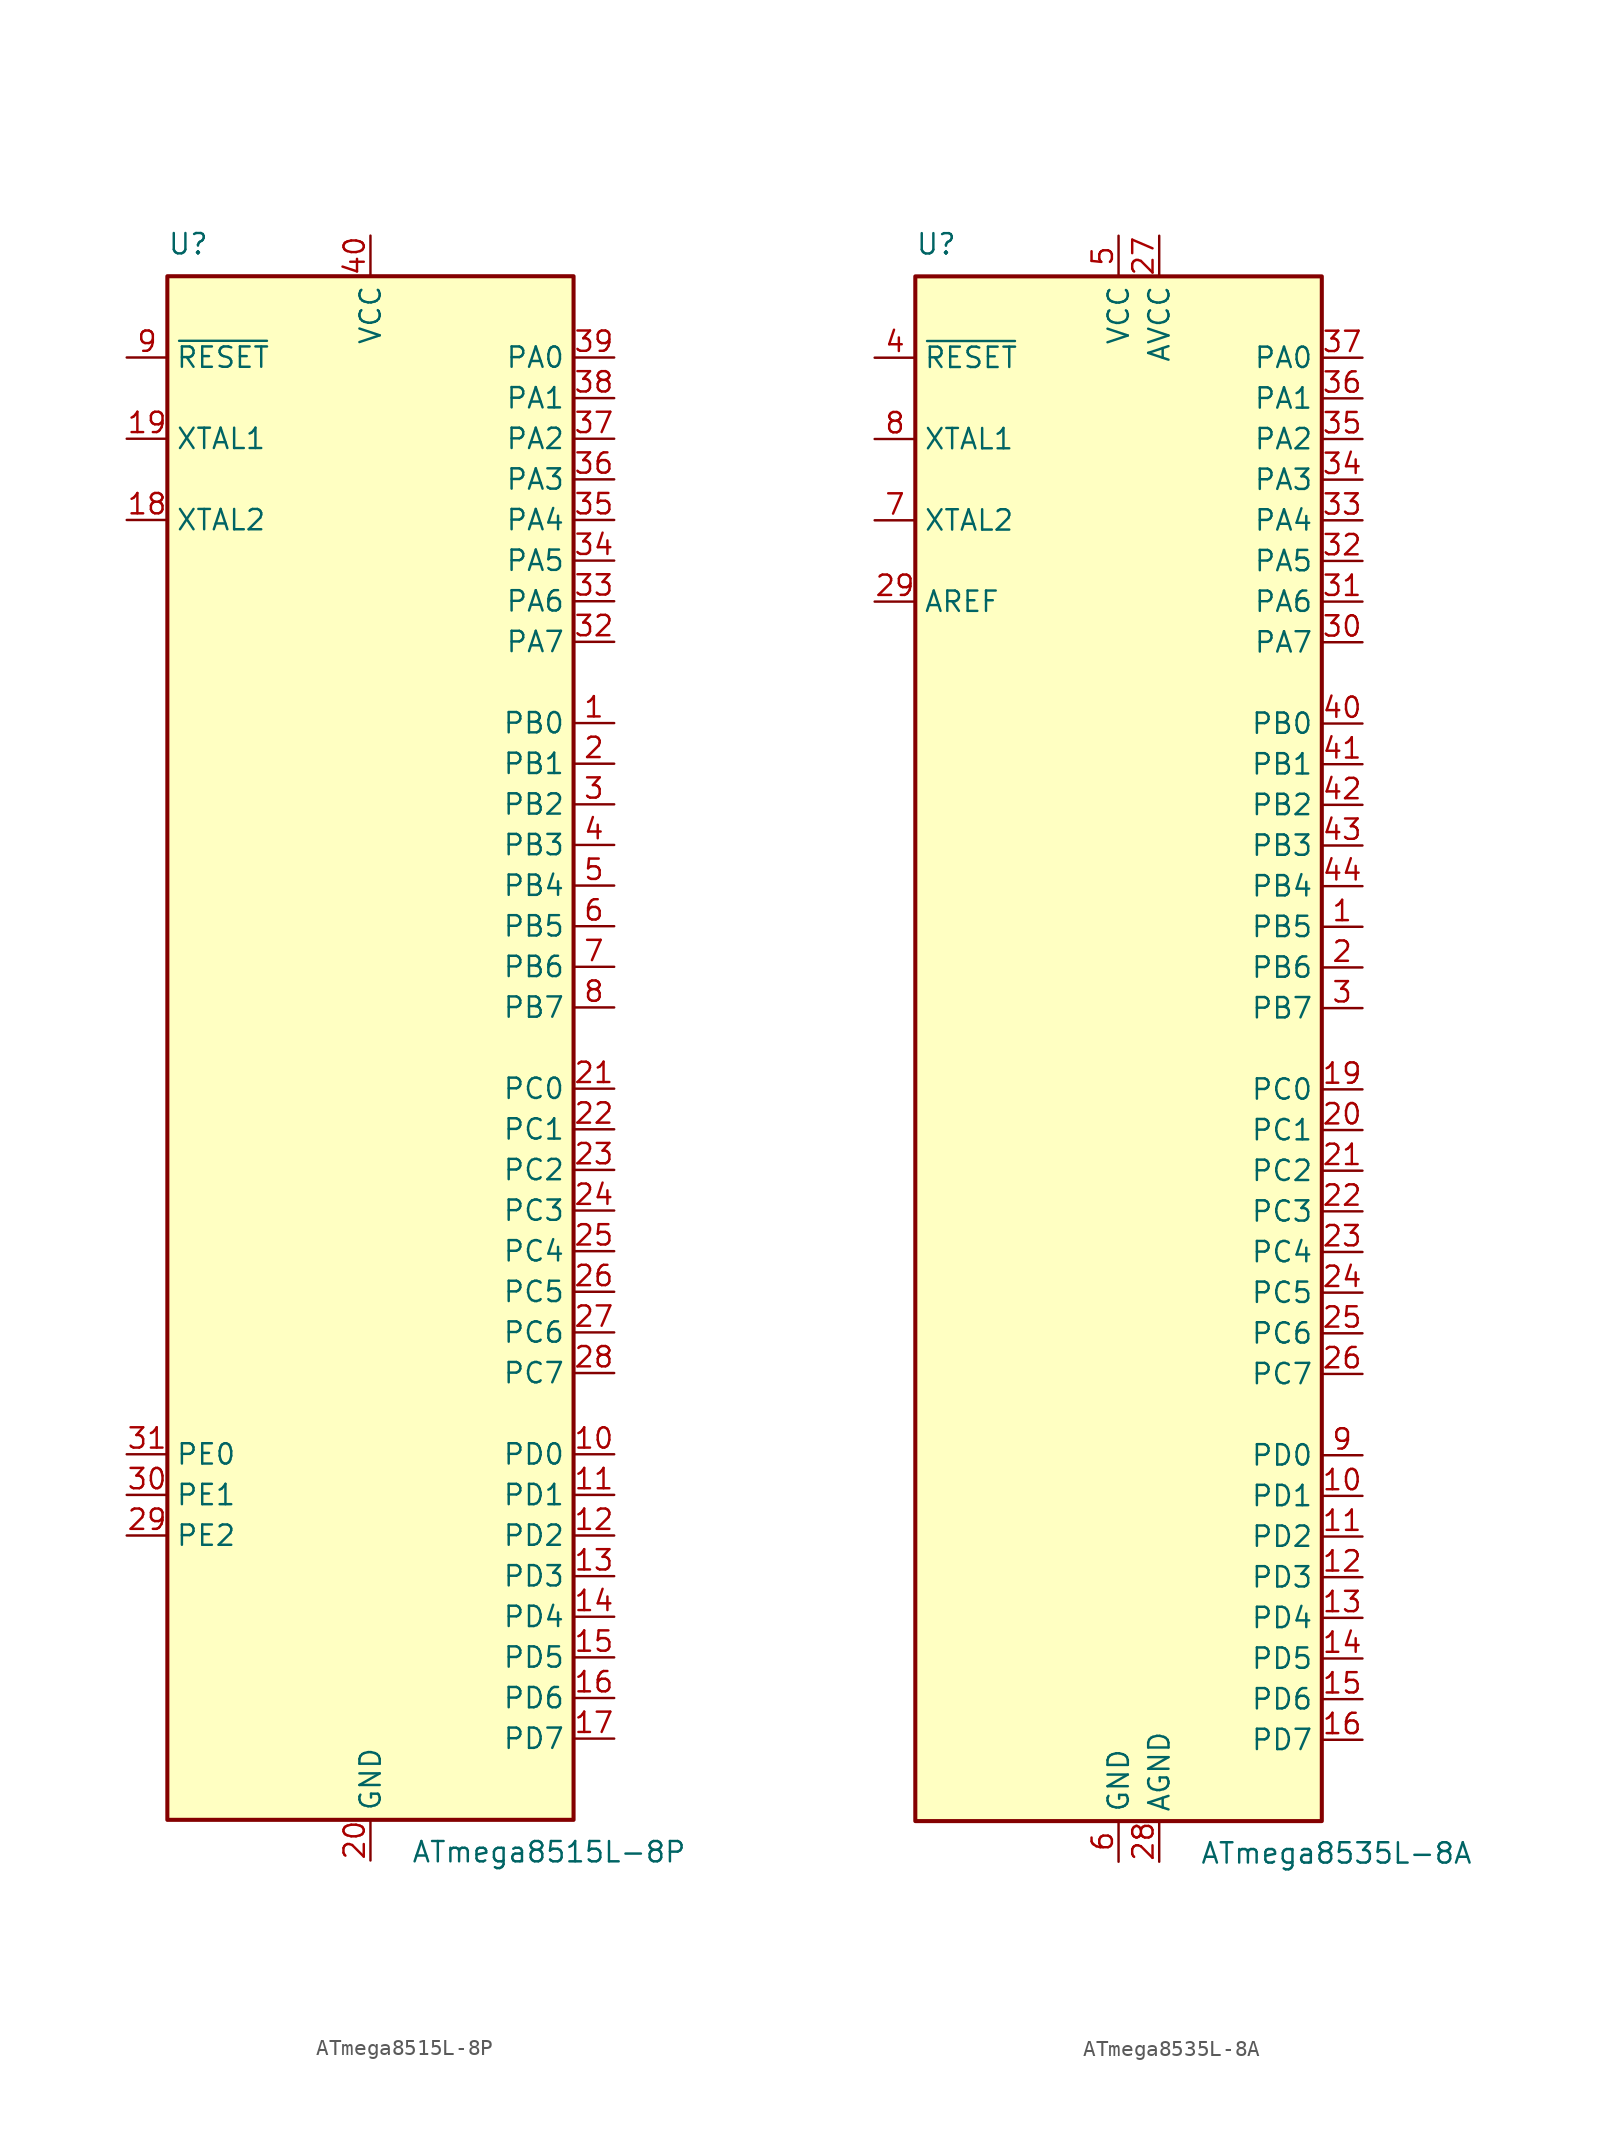
<source format=kicad_sym>
(kicad_symbol_lib
  (version 20241209)
  (generator "kicad_symbol_editor")
  (generator_version "9.0")
  (symbol "ATmega8515L-8P"
    (property "Reference" "U"
      (at -12.7 49.53 0)
      (effects (font (size 1.27 1.27)) (justify left bottom)))
    (property "Value" "ATmega8515L-8P"
      (at 2.54 -49.53 0)
      (effects (font (size 1.27 1.27)) (justify left top)))
    (symbol "ATmega8515L-8P_0_1"
      (rectangle (start -12.7 -48.26) (end 12.7 48.26) (stroke (width 0.254) (type default)) (fill (type background))))
    (symbol "ATmega8515L-8P_1_1"
      (pin input line (at -15.24 43.18 0) (length 2.54) (name "~{RESET}" (effects (font (size 1.27 1.27)))) (number "9" (effects (font (size 1.27 1.27)))))
      (pin input line (at -15.24 38.1 0) (length 2.54) (name "XTAL1" (effects (font (size 1.27 1.27)))) (number "19" (effects (font (size 1.27 1.27)))))
      (pin output line (at -15.24 33.02 0) (length 2.54) (name "XTAL2" (effects (font (size 1.27 1.27)))) (number "18" (effects (font (size 1.27 1.27)))))
      (pin bidirectional line (at -15.24 -25.4 0) (length 2.54) (name "PE0" (effects (font (size 1.27 1.27)))) (number "31" (effects (font (size 1.27 1.27)))))
      (pin bidirectional line (at -15.24 -27.94 0) (length 2.54) (name "PE1" (effects (font (size 1.27 1.27)))) (number "30" (effects (font (size 1.27 1.27)))))
      (pin bidirectional line (at -15.24 -30.48 0) (length 2.54) (name "PE2" (effects (font (size 1.27 1.27)))) (number "29" (effects (font (size 1.27 1.27)))))
      (pin power_in line (at 0 50.8 270) (length 2.54) (name "VCC" (effects (font (size 1.27 1.27)))) (number "40" (effects (font (size 1.27 1.27)))))
      (pin power_in line (at 0 -50.8 90) (length 2.54) (name "GND" (effects (font (size 1.27 1.27)))) (number "20" (effects (font (size 1.27 1.27)))))
      (pin bidirectional line (at 15.24 43.18 180) (length 2.54) (name "PA0" (effects (font (size 1.27 1.27)))) (number "39" (effects (font (size 1.27 1.27)))))
      (pin bidirectional line (at 15.24 40.64 180) (length 2.54) (name "PA1" (effects (font (size 1.27 1.27)))) (number "38" (effects (font (size 1.27 1.27)))))
      (pin bidirectional line (at 15.24 38.1 180) (length 2.54) (name "PA2" (effects (font (size 1.27 1.27)))) (number "37" (effects (font (size 1.27 1.27)))))
      (pin bidirectional line (at 15.24 35.56 180) (length 2.54) (name "PA3" (effects (font (size 1.27 1.27)))) (number "36" (effects (font (size 1.27 1.27)))))
      (pin bidirectional line (at 15.24 33.02 180) (length 2.54) (name "PA4" (effects (font (size 1.27 1.27)))) (number "35" (effects (font (size 1.27 1.27)))))
      (pin bidirectional line (at 15.24 30.48 180) (length 2.54) (name "PA5" (effects (font (size 1.27 1.27)))) (number "34" (effects (font (size 1.27 1.27)))))
      (pin bidirectional line (at 15.24 27.94 180) (length 2.54) (name "PA6" (effects (font (size 1.27 1.27)))) (number "33" (effects (font (size 1.27 1.27)))))
      (pin bidirectional line (at 15.24 25.4 180) (length 2.54) (name "PA7" (effects (font (size 1.27 1.27)))) (number "32" (effects (font (size 1.27 1.27)))))
      (pin bidirectional line (at 15.24 20.32 180) (length 2.54) (name "PB0" (effects (font (size 1.27 1.27)))) (number "1" (effects (font (size 1.27 1.27)))))
      (pin bidirectional line (at 15.24 17.78 180) (length 2.54) (name "PB1" (effects (font (size 1.27 1.27)))) (number "2" (effects (font (size 1.27 1.27)))))
      (pin bidirectional line (at 15.24 15.24 180) (length 2.54) (name "PB2" (effects (font (size 1.27 1.27)))) (number "3" (effects (font (size 1.27 1.27)))))
      (pin bidirectional line (at 15.24 12.7 180) (length 2.54) (name "PB3" (effects (font (size 1.27 1.27)))) (number "4" (effects (font (size 1.27 1.27)))))
      (pin bidirectional line (at 15.24 10.16 180) (length 2.54) (name "PB4" (effects (font (size 1.27 1.27)))) (number "5" (effects (font (size 1.27 1.27)))))
      (pin bidirectional line (at 15.24 7.62 180) (length 2.54) (name "PB5" (effects (font (size 1.27 1.27)))) (number "6" (effects (font (size 1.27 1.27)))))
      (pin bidirectional line (at 15.24 5.08 180) (length 2.54) (name "PB6" (effects (font (size 1.27 1.27)))) (number "7" (effects (font (size 1.27 1.27)))))
      (pin bidirectional line (at 15.24 2.54 180) (length 2.54) (name "PB7" (effects (font (size 1.27 1.27)))) (number "8" (effects (font (size 1.27 1.27)))))
      (pin bidirectional line (at 15.24 -2.54 180) (length 2.54) (name "PC0" (effects (font (size 1.27 1.27)))) (number "21" (effects (font (size 1.27 1.27)))))
      (pin bidirectional line (at 15.24 -5.08 180) (length 2.54) (name "PC1" (effects (font (size 1.27 1.27)))) (number "22" (effects (font (size 1.27 1.27)))))
      (pin bidirectional line (at 15.24 -7.62 180) (length 2.54) (name "PC2" (effects (font (size 1.27 1.27)))) (number "23" (effects (font (size 1.27 1.27)))))
      (pin bidirectional line (at 15.24 -10.16 180) (length 2.54) (name "PC3" (effects (font (size 1.27 1.27)))) (number "24" (effects (font (size 1.27 1.27)))))
      (pin bidirectional line (at 15.24 -12.7 180) (length 2.54) (name "PC4" (effects (font (size 1.27 1.27)))) (number "25" (effects (font (size 1.27 1.27)))))
      (pin bidirectional line (at 15.24 -15.24 180) (length 2.54) (name "PC5" (effects (font (size 1.27 1.27)))) (number "26" (effects (font (size 1.27 1.27)))))
      (pin bidirectional line (at 15.24 -17.78 180) (length 2.54) (name "PC6" (effects (font (size 1.27 1.27)))) (number "27" (effects (font (size 1.27 1.27)))))
      (pin bidirectional line (at 15.24 -20.32 180) (length 2.54) (name "PC7" (effects (font (size 1.27 1.27)))) (number "28" (effects (font (size 1.27 1.27)))))
      (pin bidirectional line (at 15.24 -25.4 180) (length 2.54) (name "PD0" (effects (font (size 1.27 1.27)))) (number "10" (effects (font (size 1.27 1.27)))))
      (pin bidirectional line (at 15.24 -27.94 180) (length 2.54) (name "PD1" (effects (font (size 1.27 1.27)))) (number "11" (effects (font (size 1.27 1.27)))))
      (pin bidirectional line (at 15.24 -30.48 180) (length 2.54) (name "PD2" (effects (font (size 1.27 1.27)))) (number "12" (effects (font (size 1.27 1.27)))))
      (pin bidirectional line (at 15.24 -33.02 180) (length 2.54) (name "PD3" (effects (font (size 1.27 1.27)))) (number "13" (effects (font (size 1.27 1.27)))))
      (pin bidirectional line (at 15.24 -35.56 180) (length 2.54) (name "PD4" (effects (font (size 1.27 1.27)))) (number "14" (effects (font (size 1.27 1.27)))))
      (pin bidirectional line (at 15.24 -38.1 180) (length 2.54) (name "PD5" (effects (font (size 1.27 1.27)))) (number "15" (effects (font (size 1.27 1.27)))))
      (pin bidirectional line (at 15.24 -40.64 180) (length 2.54) (name "PD6" (effects (font (size 1.27 1.27)))) (number "16" (effects (font (size 1.27 1.27)))))
      (pin bidirectional line (at 15.24 -43.18 180) (length 2.54) (name "PD7" (effects (font (size 1.27 1.27)))) (number "17" (effects (font (size 1.27 1.27)))))))
  (symbol "ATmega8535L-8A"
    (property "Reference" "U"
      (at -12.7 49.53 0)
      (effects (font (size 1.27 1.27)) (justify left bottom)))
    (property "Value" "ATmega8535L-8A"
      (at 5.08 -49.53 0)
      (effects (font (size 1.27 1.27)) (justify left top)))
    (symbol "ATmega8535L-8A_0_1"
      (rectangle (start -12.7 -48.26) (end 12.7 48.26) (stroke (width 0.254) (type default)) (fill (type background))))
    (symbol "ATmega8535L-8A_1_1"
      (pin input line (at -15.24 43.18 0) (length 2.54) (name "~{RESET}" (effects (font (size 1.27 1.27)))) (number "4" (effects (font (size 1.27 1.27)))))
      (pin input line (at -15.24 38.1 0) (length 2.54) (name "XTAL1" (effects (font (size 1.27 1.27)))) (number "8" (effects (font (size 1.27 1.27)))))
      (pin output line (at -15.24 33.02 0) (length 2.54) (name "XTAL2" (effects (font (size 1.27 1.27)))) (number "7" (effects (font (size 1.27 1.27)))))
      (pin passive line (at -15.24 27.94 0) (length 2.54) (name "AREF" (effects (font (size 1.27 1.27)))) (number "29" (effects (font (size 1.27 1.27)))))
      (pin passive line (at 0 50.8 270) (length 2.54) (hide yes) (name "VCC" (effects (font (size 1.27 1.27)))) (number "17" (effects (font (size 1.27 1.27)))))
      (pin passive line (at 0 50.8 270) (length 2.54) (hide yes) (name "VCC" (effects (font (size 1.27 1.27)))) (number "38" (effects (font (size 1.27 1.27)))))
      (pin power_in line (at 0 50.8 270) (length 2.54) (name "VCC" (effects (font (size 1.27 1.27)))) (number "5" (effects (font (size 1.27 1.27)))))
      (pin passive line (at 0 -50.8 90) (length 2.54) (hide yes) (name "GND" (effects (font (size 1.27 1.27)))) (number "18" (effects (font (size 1.27 1.27)))))
      (pin passive line (at 0 -50.8 90) (length 2.54) (hide yes) (name "GND" (effects (font (size 1.27 1.27)))) (number "39" (effects (font (size 1.27 1.27)))))
      (pin power_in line (at 0 -50.8 90) (length 2.54) (name "GND" (effects (font (size 1.27 1.27)))) (number "6" (effects (font (size 1.27 1.27)))))
      (pin power_in line (at 2.54 50.8 270) (length 2.54) (name "AVCC" (effects (font (size 1.27 1.27)))) (number "27" (effects (font (size 1.27 1.27)))))
      (pin power_in line (at 2.54 -50.8 90) (length 2.54) (name "AGND" (effects (font (size 1.27 1.27)))) (number "28" (effects (font (size 1.27 1.27)))))
      (pin bidirectional line (at 15.24 43.18 180) (length 2.54) (name "PA0" (effects (font (size 1.27 1.27)))) (number "37" (effects (font (size 1.27 1.27)))))
      (pin bidirectional line (at 15.24 40.64 180) (length 2.54) (name "PA1" (effects (font (size 1.27 1.27)))) (number "36" (effects (font (size 1.27 1.27)))))
      (pin bidirectional line (at 15.24 38.1 180) (length 2.54) (name "PA2" (effects (font (size 1.27 1.27)))) (number "35" (effects (font (size 1.27 1.27)))))
      (pin bidirectional line (at 15.24 35.56 180) (length 2.54) (name "PA3" (effects (font (size 1.27 1.27)))) (number "34" (effects (font (size 1.27 1.27)))))
      (pin bidirectional line (at 15.24 33.02 180) (length 2.54) (name "PA4" (effects (font (size 1.27 1.27)))) (number "33" (effects (font (size 1.27 1.27)))))
      (pin bidirectional line (at 15.24 30.48 180) (length 2.54) (name "PA5" (effects (font (size 1.27 1.27)))) (number "32" (effects (font (size 1.27 1.27)))))
      (pin bidirectional line (at 15.24 27.94 180) (length 2.54) (name "PA6" (effects (font (size 1.27 1.27)))) (number "31" (effects (font (size 1.27 1.27)))))
      (pin bidirectional line (at 15.24 25.4 180) (length 2.54) (name "PA7" (effects (font (size 1.27 1.27)))) (number "30" (effects (font (size 1.27 1.27)))))
      (pin bidirectional line (at 15.24 20.32 180) (length 2.54) (name "PB0" (effects (font (size 1.27 1.27)))) (number "40" (effects (font (size 1.27 1.27)))))
      (pin bidirectional line (at 15.24 17.78 180) (length 2.54) (name "PB1" (effects (font (size 1.27 1.27)))) (number "41" (effects (font (size 1.27 1.27)))))
      (pin bidirectional line (at 15.24 15.24 180) (length 2.54) (name "PB2" (effects (font (size 1.27 1.27)))) (number "42" (effects (font (size 1.27 1.27)))))
      (pin bidirectional line (at 15.24 12.7 180) (length 2.54) (name "PB3" (effects (font (size 1.27 1.27)))) (number "43" (effects (font (size 1.27 1.27)))))
      (pin bidirectional line (at 15.24 10.16 180) (length 2.54) (name "PB4" (effects (font (size 1.27 1.27)))) (number "44" (effects (font (size 1.27 1.27)))))
      (pin bidirectional line (at 15.24 7.62 180) (length 2.54) (name "PB5" (effects (font (size 1.27 1.27)))) (number "1" (effects (font (size 1.27 1.27)))))
      (pin bidirectional line (at 15.24 5.08 180) (length 2.54) (name "PB6" (effects (font (size 1.27 1.27)))) (number "2" (effects (font (size 1.27 1.27)))))
      (pin bidirectional line (at 15.24 2.54 180) (length 2.54) (name "PB7" (effects (font (size 1.27 1.27)))) (number "3" (effects (font (size 1.27 1.27)))))
      (pin bidirectional line (at 15.24 -2.54 180) (length 2.54) (name "PC0" (effects (font (size 1.27 1.27)))) (number "19" (effects (font (size 1.27 1.27)))))
      (pin bidirectional line (at 15.24 -5.08 180) (length 2.54) (name "PC1" (effects (font (size 1.27 1.27)))) (number "20" (effects (font (size 1.27 1.27)))))
      (pin bidirectional line (at 15.24 -7.62 180) (length 2.54) (name "PC2" (effects (font (size 1.27 1.27)))) (number "21" (effects (font (size 1.27 1.27)))))
      (pin bidirectional line (at 15.24 -10.16 180) (length 2.54) (name "PC3" (effects (font (size 1.27 1.27)))) (number "22" (effects (font (size 1.27 1.27)))))
      (pin bidirectional line (at 15.24 -12.7 180) (length 2.54) (name "PC4" (effects (font (size 1.27 1.27)))) (number "23" (effects (font (size 1.27 1.27)))))
      (pin bidirectional line (at 15.24 -15.24 180) (length 2.54) (name "PC5" (effects (font (size 1.27 1.27)))) (number "24" (effects (font (size 1.27 1.27)))))
      (pin bidirectional line (at 15.24 -17.78 180) (length 2.54) (name "PC6" (effects (font (size 1.27 1.27)))) (number "25" (effects (font (size 1.27 1.27)))))
      (pin bidirectional line (at 15.24 -20.32 180) (length 2.54) (name "PC7" (effects (font (size 1.27 1.27)))) (number "26" (effects (font (size 1.27 1.27)))))
      (pin bidirectional line (at 15.24 -25.4 180) (length 2.54) (name "PD0" (effects (font (size 1.27 1.27)))) (number "9" (effects (font (size 1.27 1.27)))))
      (pin bidirectional line (at 15.24 -27.94 180) (length 2.54) (name "PD1" (effects (font (size 1.27 1.27)))) (number "10" (effects (font (size 1.27 1.27)))))
      (pin bidirectional line (at 15.24 -30.48 180) (length 2.54) (name "PD2" (effects (font (size 1.27 1.27)))) (number "11" (effects (font (size 1.27 1.27)))))
      (pin bidirectional line (at 15.24 -33.02 180) (length 2.54) (name "PD3" (effects (font (size 1.27 1.27)))) (number "12" (effects (font (size 1.27 1.27)))))
      (pin bidirectional line (at 15.24 -35.56 180) (length 2.54) (name "PD4" (effects (font (size 1.27 1.27)))) (number "13" (effects (font (size 1.27 1.27)))))
      (pin bidirectional line (at 15.24 -38.1 180) (length 2.54) (name "PD5" (effects (font (size 1.27 1.27)))) (number "14" (effects (font (size 1.27 1.27)))))
      (pin bidirectional line (at 15.24 -40.64 180) (length 2.54) (name "PD6" (effects (font (size 1.27 1.27)))) (number "15" (effects (font (size 1.27 1.27)))))
      (pin bidirectional line (at 15.24 -43.18 180) (length 2.54) (name "PD7" (effects (font (size 1.27 1.27)))) (number "16" (effects (font (size 1.27 1.27))))))))
</source>
